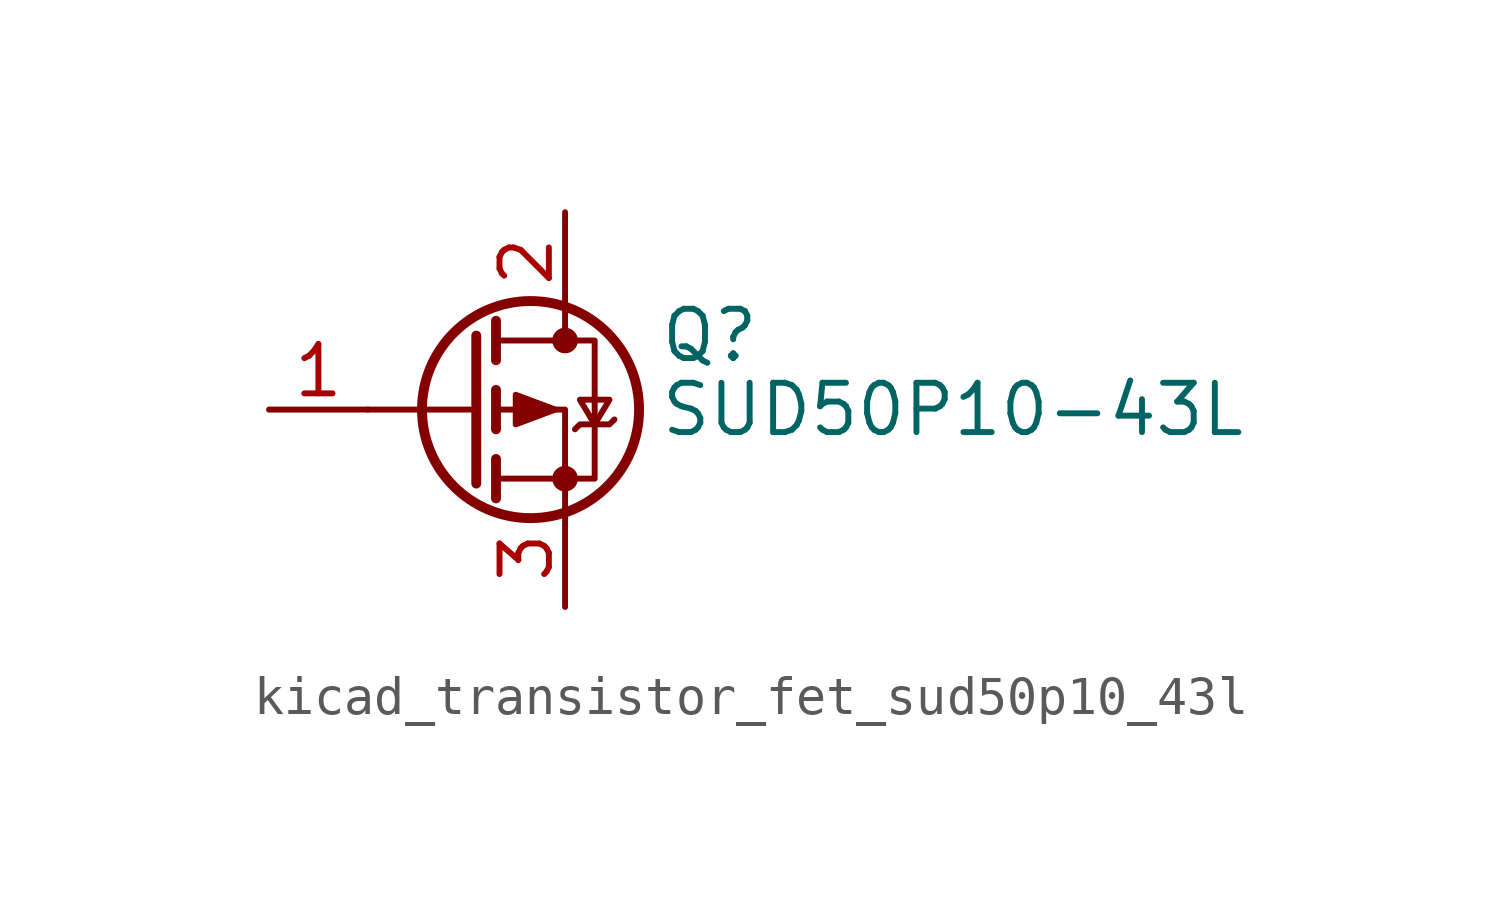
<source format=kicad_sym>
(kicad_symbol_lib
  (version 20220914)
  (generator kicad_symbol_editor)
  (symbol "kicad_transistor_fet_sud50p10_43l"
    (pin_names hide)
    (property "Reference" "Q"
      (at 4.953 1.905 0)
      (effects (font (size 1.27 1.27)) (justify left)))
    (property "Value" "SUD50P10-43L"
      (at 4.953 0 0)
      (effects (font (size 1.27 1.27)) (justify left)))
    (symbol "kicad_transistor_fet_sud50p10_43l_0_1"
      (polyline (pts (xy 0.254 0) (xy -2.54 0)) (stroke (width 0) (type default)) (fill (type none)))
      (polyline (pts (xy 0.254 1.905) (xy 0.254 -1.905)) (stroke (width 0.254) (type default)) (fill (type none)))
      (polyline (pts (xy 0.762 -1.27) (xy 0.762 -2.286)) (stroke (width 0.254) (type default)) (fill (type none)))
      (polyline (pts (xy 0.762 0.508) (xy 0.762 -0.508)) (stroke (width 0.254) (type default)) (fill (type none)))
      (polyline (pts (xy 0.762 2.286) (xy 0.762 1.27)) (stroke (width 0.254) (type default)) (fill (type none)))
      (polyline (pts (xy 2.54 2.54) (xy 2.54 1.778)) (stroke (width 0) (type default)) (fill (type none)))
      (polyline (pts (xy 2.54 -2.54) (xy 2.54 0) (xy 0.762 0)) (stroke (width 0) (type default)) (fill (type none)))
      (polyline (pts (xy 0.762 1.778) (xy 3.302 1.778) (xy 3.302 -1.778) (xy 0.762 -1.778)) (stroke (width 0) (type default)) (fill (type none)))
      (polyline (pts (xy 2.286 0) (xy 1.27 0.381) (xy 1.27 -0.381) (xy 2.286 0)) (stroke (width 0) (type default)) (fill (type outline)))
      (polyline (pts (xy 2.794 -0.508) (xy 2.921 -0.381) (xy 3.683 -0.381) (xy 3.81 -0.254)) (stroke (width 0) (type default)) (fill (type none)))
      (polyline (pts (xy 3.302 -0.381) (xy 2.921 0.254) (xy 3.683 0.254) (xy 3.302 -0.381)) (stroke (width 0) (type default)) (fill (type none)))
      (circle (center 1.651 0) (radius 2.794) (stroke (width 0.254) (type default)) (fill (type none)))
      (circle (center 2.54 -1.778) (radius 0.254) (stroke (width 0) (type default)) (fill (type outline)))
      (circle (center 2.54 1.778) (radius 0.254) (stroke (width 0) (type default)) (fill (type outline))))
    (symbol "kicad_transistor_fet_sud50p10_43l_1_1"
      (pin input line (at -5.08 0 0) (length 2.54) (name "G" (effects (font (size 1.27 1.27)))) (number "1" (effects (font (size 1.27 1.27)))))
      (pin passive line (at 2.54 5.08 270) (length 2.54) (name "D" (effects (font (size 1.27 1.27)))) (number "2" (effects (font (size 1.27 1.27)))))
      (pin passive line (at 2.54 -5.08 90) (length 2.54) (name "S" (effects (font (size 1.27 1.27)))) (number "3" (effects (font (size 1.27 1.27))))))))
</source>
